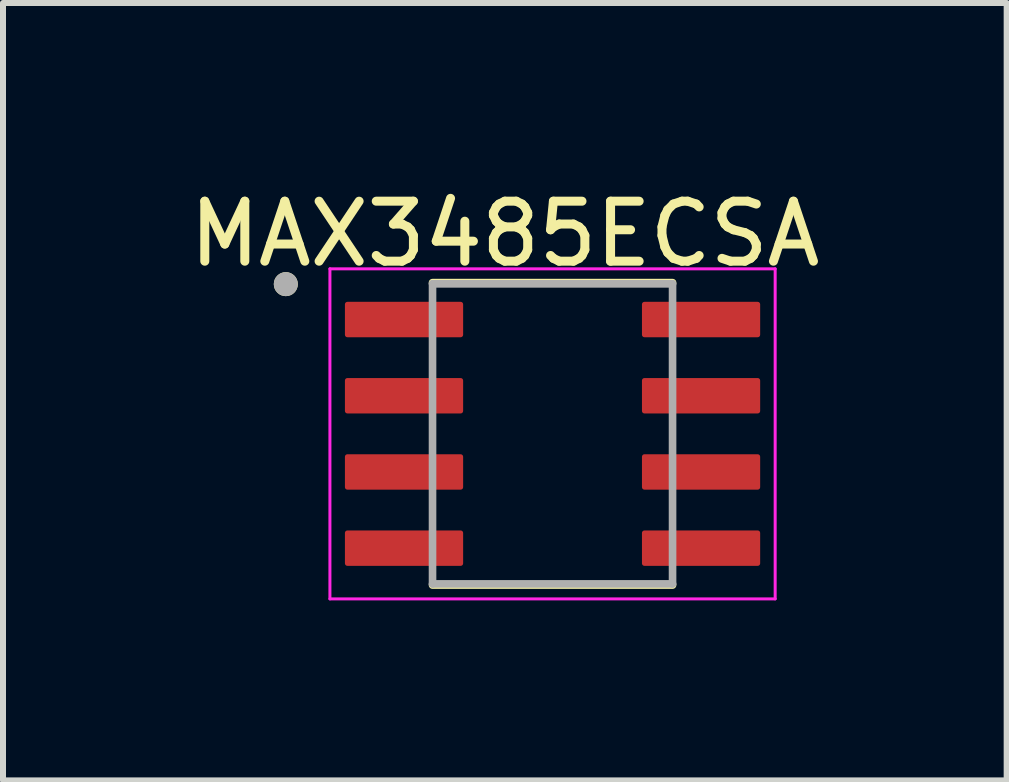
<source format=kicad_pcb>
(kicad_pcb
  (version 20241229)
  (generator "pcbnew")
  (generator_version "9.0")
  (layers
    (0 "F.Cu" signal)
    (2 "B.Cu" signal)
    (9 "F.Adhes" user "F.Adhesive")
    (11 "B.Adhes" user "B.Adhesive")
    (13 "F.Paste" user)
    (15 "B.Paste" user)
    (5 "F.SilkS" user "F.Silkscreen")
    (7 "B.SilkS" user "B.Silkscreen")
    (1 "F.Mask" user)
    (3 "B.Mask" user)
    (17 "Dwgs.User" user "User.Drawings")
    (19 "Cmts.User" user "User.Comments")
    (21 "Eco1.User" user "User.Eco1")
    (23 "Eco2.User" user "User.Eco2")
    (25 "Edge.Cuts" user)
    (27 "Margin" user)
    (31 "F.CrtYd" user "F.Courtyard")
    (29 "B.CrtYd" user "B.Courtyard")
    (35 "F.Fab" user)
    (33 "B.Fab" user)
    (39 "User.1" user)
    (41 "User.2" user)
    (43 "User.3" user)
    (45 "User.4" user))
  (footprint "MAX3485ECSA"
    (layer "F.Cu")
    (at 6.158 4.18)
    (property "Reference" "MAX3485ECSA" (at -0.795 -3.332 0) (layer "F.SilkS") (effects (font (size 1 1) (thickness 0.15))))
    (attr through_hole)
    (fp_line (start -2 -2.52) (end 2 -2.52) (stroke (width 0.127) (type solid)) (layer "F.SilkS"))
    (fp_line (start -2 2.52) (end 2 2.52) (stroke (width 0.127) (type solid)) (layer "F.SilkS"))
    (fp_circle (center -4.445 -2.495) (end -4.345 -2.495) (stroke (width 0.2) (type solid)) (fill no) (layer "F.SilkS"))
    (fp_line (start -3.71 -2.75) (end -3.71 2.75) (stroke (width 0.05) (type solid)) (layer "F.CrtYd"))
    (fp_line (start -3.71 -2.75) (end 3.71 -2.75) (stroke (width 0.05) (type solid)) (layer "F.CrtYd"))
    (fp_line (start -3.71 2.75) (end 3.71 2.75) (stroke (width 0.05) (type solid)) (layer "F.CrtYd"))
    (fp_line (start 3.71 -2.75) (end 3.71 2.75) (stroke (width 0.05) (type solid)) (layer "F.CrtYd"))
    (fp_line (start -2 -2.5) (end -2 2.5) (stroke (width 0.127) (type solid)) (layer "F.Fab"))
    (fp_line (start -2 -2.5) (end 2 -2.5) (stroke (width 0.127) (type solid)) (layer "F.Fab"))
    (fp_line (start -2 2.5) (end 2 2.5) (stroke (width 0.127) (type solid)) (layer "F.Fab"))
    (fp_line (start 2 -2.5) (end 2 2.5) (stroke (width 0.127) (type solid)) (layer "F.Fab"))
    (fp_circle (center -4.445 -2.495) (end -4.345 -2.495) (stroke (width 0.2) (type solid)) (fill no) (layer "F.Fab"))
    (pad "1" smd roundrect (at -2.475 -1.905) (size 1.97 0.59) (layers "F.Cu" "F.Mask" "F.Paste") (roundrect_rratio 0.07))
    (pad "2" smd roundrect (at -2.475 -0.635) (size 1.97 0.59) (layers "F.Cu" "F.Mask" "F.Paste") (roundrect_rratio 0.07))
    (pad "3" smd roundrect (at -2.475 0.635) (size 1.97 0.59) (layers "F.Cu" "F.Mask" "F.Paste") (roundrect_rratio 0.07))
    (pad "4" smd roundrect (at -2.475 1.905) (size 1.97 0.59) (layers "F.Cu" "F.Mask" "F.Paste") (roundrect_rratio 0.07))
    (pad "5" smd roundrect (at 2.475 1.905) (size 1.97 0.59) (layers "F.Cu" "F.Mask" "F.Paste") (roundrect_rratio 0.07))
    (pad "6" smd roundrect (at 2.475 0.635) (size 1.97 0.59) (layers "F.Cu" "F.Mask" "F.Paste") (roundrect_rratio 0.07))
    (pad "7" smd roundrect (at 2.475 -0.635) (size 1.97 0.59) (layers "F.Cu" "F.Mask" "F.Paste") (roundrect_rratio 0.07))
    (pad "8" smd roundrect (at 2.475 -1.905) (size 1.97 0.59) (layers "F.Cu" "F.Mask" "F.Paste") (roundrect_rratio 0.07)))
  (gr_rect
    (start -3 -3)
    (end 13.726 9.955)
    (stroke (width 0.1) (type default))
    (fill no)
    (layer "Edge.Cuts")))
</source>
